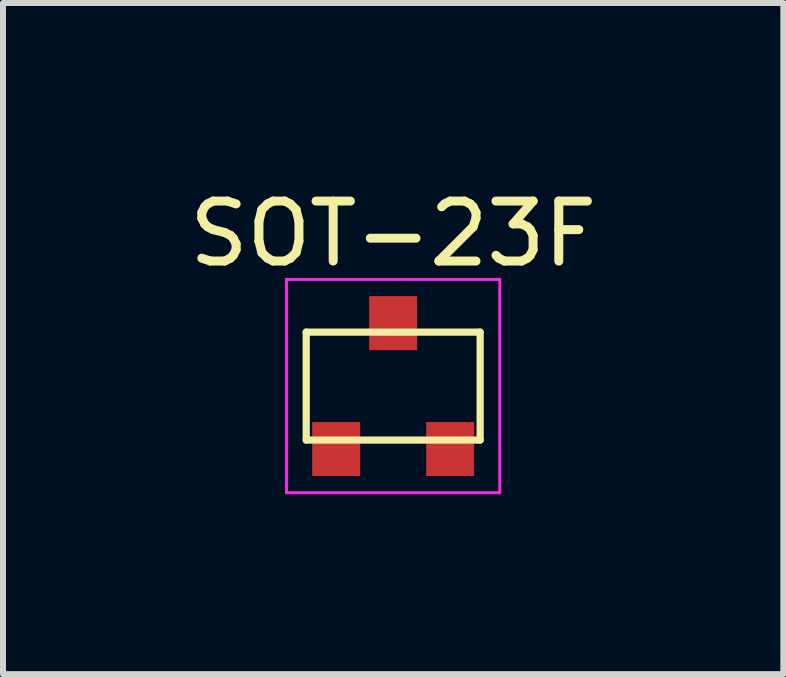
<source format=kicad_pcb>
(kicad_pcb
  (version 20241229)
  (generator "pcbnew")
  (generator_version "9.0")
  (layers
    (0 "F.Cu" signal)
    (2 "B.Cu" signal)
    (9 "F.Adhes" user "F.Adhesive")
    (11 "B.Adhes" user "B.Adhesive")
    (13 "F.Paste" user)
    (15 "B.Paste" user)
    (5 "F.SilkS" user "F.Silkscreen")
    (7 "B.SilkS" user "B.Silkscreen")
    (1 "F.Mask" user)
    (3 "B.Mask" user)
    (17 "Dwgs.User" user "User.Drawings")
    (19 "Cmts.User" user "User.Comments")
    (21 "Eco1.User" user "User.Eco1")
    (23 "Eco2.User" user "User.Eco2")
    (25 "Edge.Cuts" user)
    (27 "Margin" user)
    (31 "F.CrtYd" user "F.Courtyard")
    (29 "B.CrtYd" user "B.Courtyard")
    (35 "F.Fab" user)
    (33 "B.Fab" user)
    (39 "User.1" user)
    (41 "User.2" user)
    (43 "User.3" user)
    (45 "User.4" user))
  (footprint "SOT-23F"
    (layer "F.Cu")
    (at 3.506 3.388)
    (property "Reference" "SOT-23F" (at 0 -2.54 0) (layer "F.SilkS") (effects (font (size 1 1) (thickness 0.15))))
    (attr through_hole)
    (fp_line (start -1.45 -0.9) (end -1.45 0.9) (stroke (width 0.12) (type solid)) (layer "F.SilkS"))
    (fp_line (start -1.45 -0.9) (end 1.45 -0.9) (stroke (width 0.12) (type solid)) (layer "F.SilkS"))
    (fp_line (start -1.45 0.9) (end 1.45 0.9) (stroke (width 0.12) (type solid)) (layer "F.SilkS"))
    (fp_line (start 1.45 -0.9) (end 1.45 0.9) (stroke (width 0.12) (type solid)) (layer "F.SilkS"))
    (fp_line (start -1.778 -1.778) (end 0 -1.778) (stroke (width 0.05) (type solid)) (layer "F.CrtYd"))
    (fp_line (start -1.778 1.778) (end -1.778 -1.778) (stroke (width 0.05) (type solid)) (layer "F.CrtYd"))
    (fp_line (start 0 -1.778) (end 1.778 -1.778) (stroke (width 0.05) (type solid)) (layer "F.CrtYd"))
    (fp_line (start 1.778 -1.778) (end 1.778 1.778) (stroke (width 0.05) (type solid)) (layer "F.CrtYd"))
    (fp_line (start 1.778 1.778) (end -1.778 1.778) (stroke (width 0.05) (type solid)) (layer "F.CrtYd"))
    (pad "1" smd rect (at -0.95 1.05) (size 0.8 0.9) (layers "F.Cu" "F.Mask" "F.Paste"))
    (pad "2" smd rect (at 0.95 1.05) (size 0.8 0.9) (layers "F.Cu" "F.Mask" "F.Paste"))
    (pad "3" smd rect (at 0 -1.05) (size 0.8 0.9) (layers "F.Cu" "F.Mask" "F.Paste")))
  (gr_rect
    (start -3 -3)
    (end 10.012 8.191)
    (stroke (width 0.1) (type default))
    (fill no)
    (layer "Edge.Cuts")))
</source>
